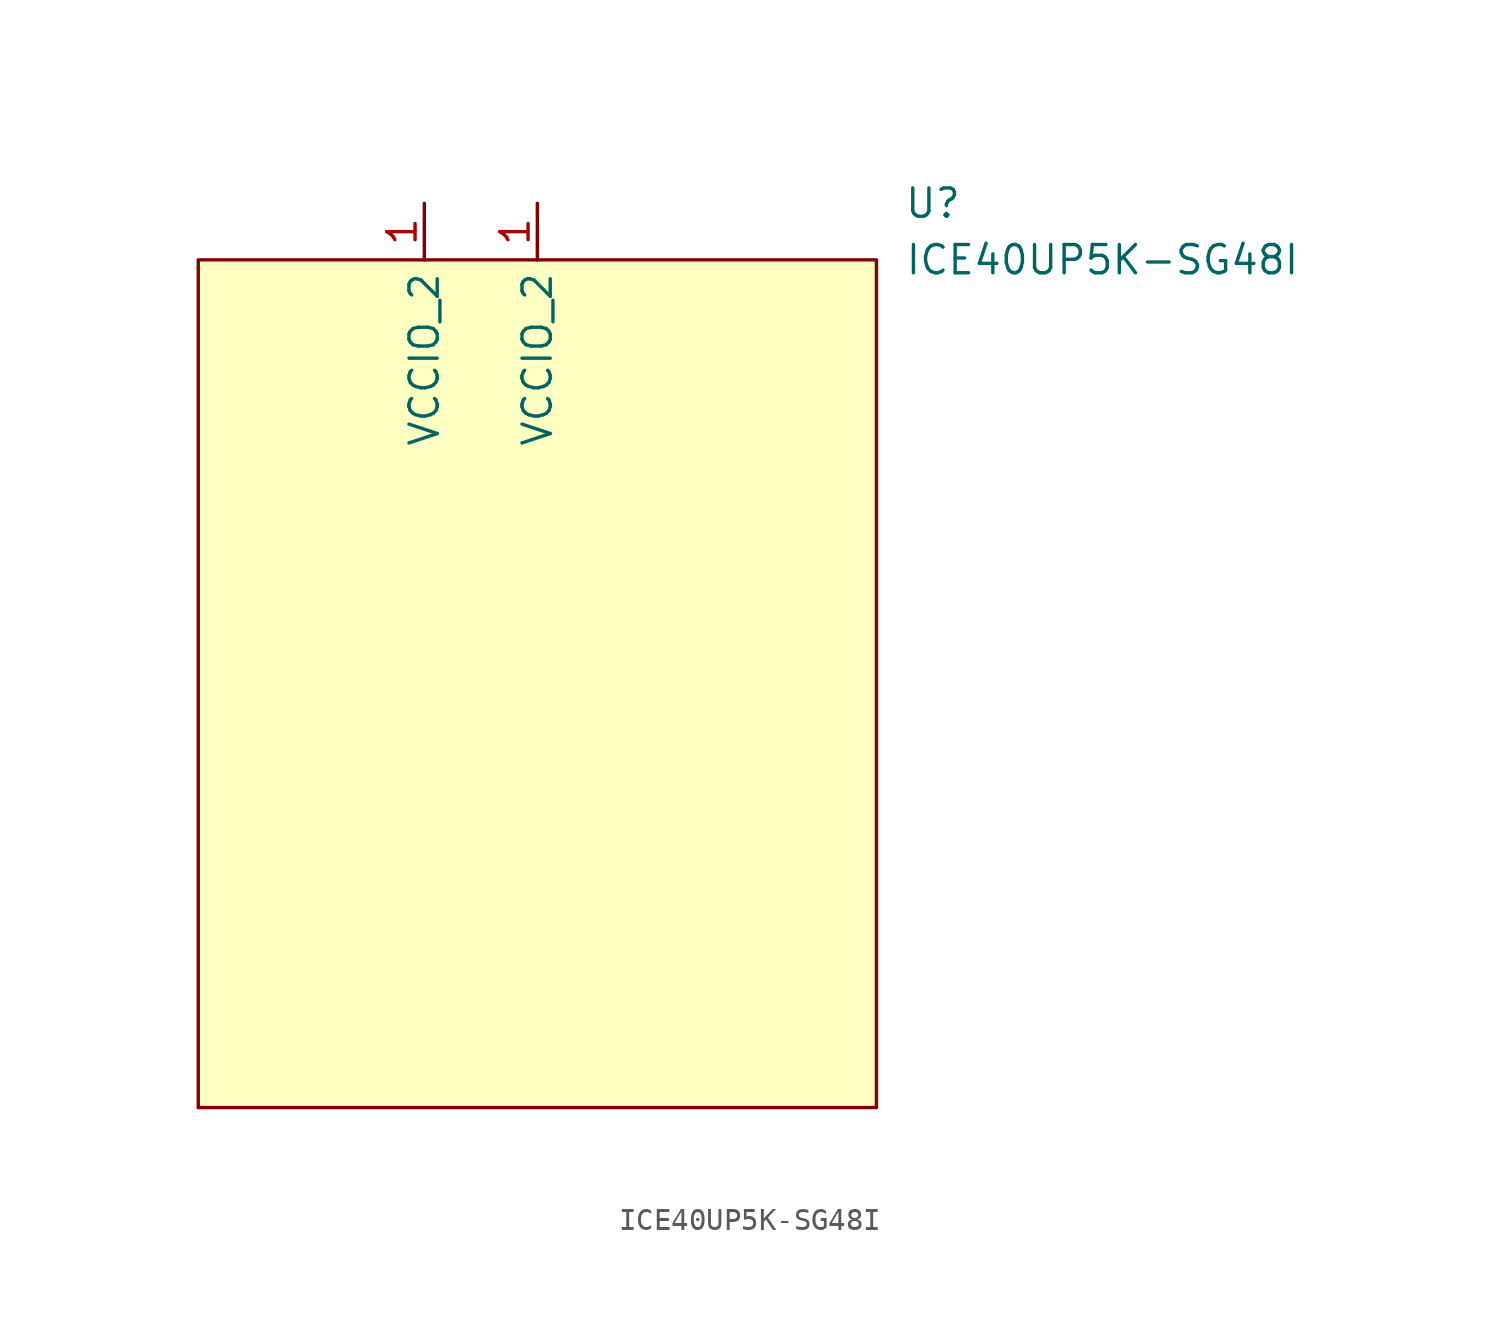
<source format=kicad_sym>
(kicad_symbol_lib
  (version 20241209)
  (generator "kicad_symbol_editor")
  (generator_version "9.0")
  (symbol "ICE40UP5K-SG48I"
    (property "Reference" "U"
      (at 27.94 0 0)
      (effects (font (size 1.27 1.27))))
    (property "Value" "ICE40UP5K-SG48I"
      (at 35.56 -2.54 0)
      (effects (font (size 1.27 1.27))))
    (symbol "ICE40UP5K-SG48I_1_1"
      (rectangle (start -5.08 -2.54) (end 25.4 -40.64) (stroke (width 0) (type solid)) (fill (type background)))
      (pin input line (at 5.08 0 270) (length 2.54) (name "VCCIO_2" (effects (font (size 1.27 1.27)))) (number "1" (effects (font (size 1.27 1.27)))))
      (pin input line (at 10.16 0 270) (length 2.54) (name "VCCIO_2" (effects (font (size 1.27 1.27)))) (number "1" (effects (font (size 1.27 1.27))))))))
</source>
